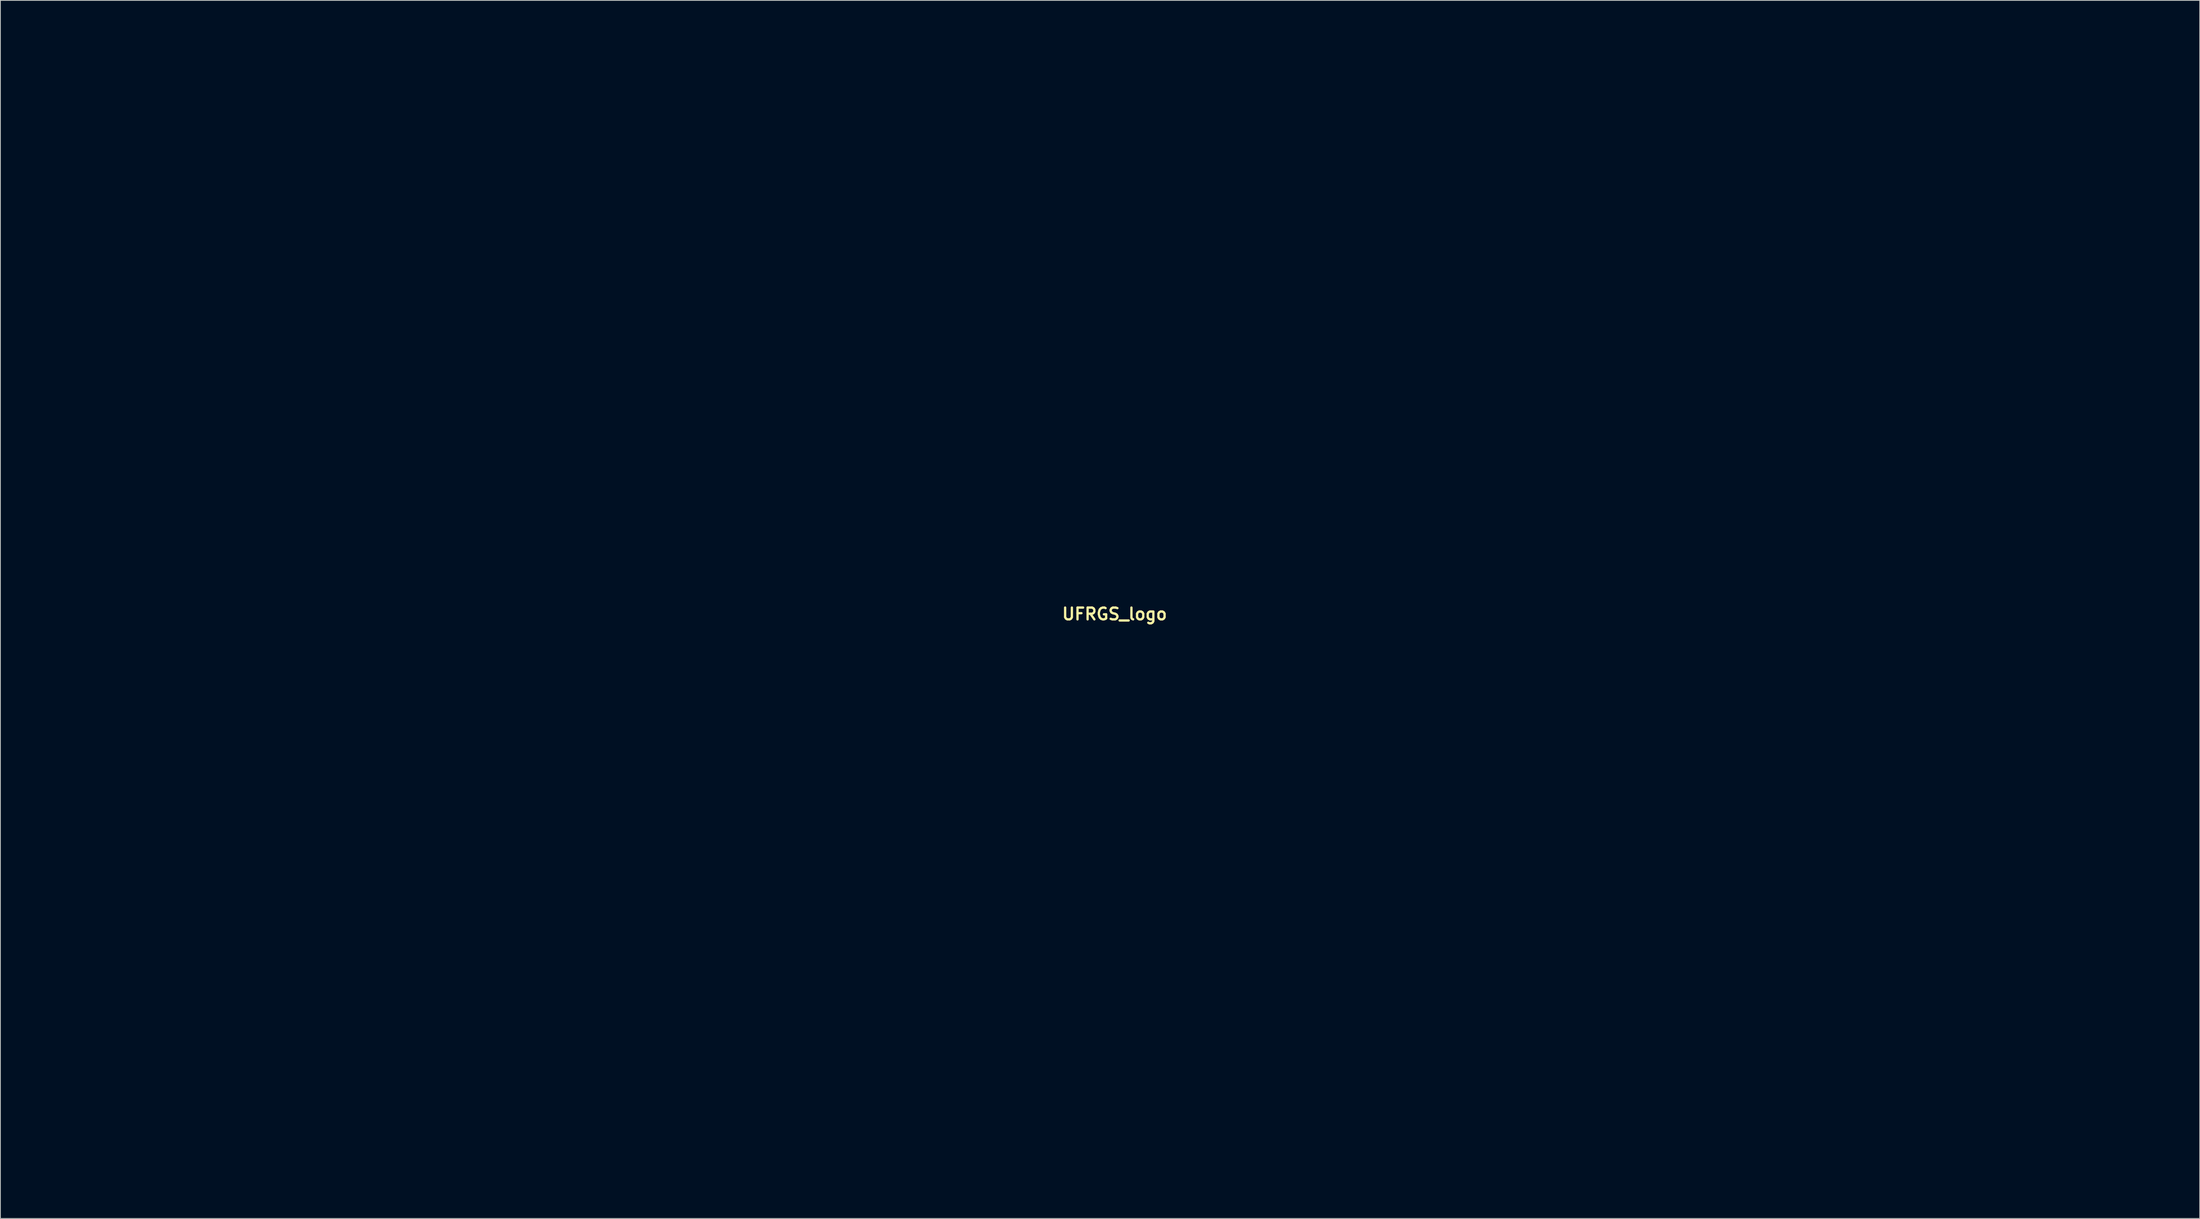
<source format=kicad_pcb>
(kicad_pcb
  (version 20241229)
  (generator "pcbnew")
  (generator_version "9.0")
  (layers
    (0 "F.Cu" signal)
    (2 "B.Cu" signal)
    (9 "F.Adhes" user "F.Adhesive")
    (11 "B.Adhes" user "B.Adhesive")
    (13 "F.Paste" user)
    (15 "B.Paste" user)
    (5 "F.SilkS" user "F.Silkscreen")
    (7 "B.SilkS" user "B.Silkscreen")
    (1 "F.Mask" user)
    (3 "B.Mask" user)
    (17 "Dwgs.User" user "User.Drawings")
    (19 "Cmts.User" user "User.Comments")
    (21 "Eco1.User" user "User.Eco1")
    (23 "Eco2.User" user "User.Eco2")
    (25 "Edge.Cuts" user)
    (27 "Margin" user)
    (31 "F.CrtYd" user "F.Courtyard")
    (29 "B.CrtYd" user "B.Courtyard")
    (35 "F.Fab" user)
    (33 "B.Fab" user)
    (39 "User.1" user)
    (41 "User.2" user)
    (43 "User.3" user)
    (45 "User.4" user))
  (footprint "UFRGS_logo"
    (layer "F.Cu")
    (at 140.908 76.28)
    (property "Reference" "UFRGS_logo" (at 0 0 0) (layer "F.SilkS") (effects (font (size 1.524 1.524) (thickness 0.3))))
    (attr through_hole)
    (fp_poly (pts (xy -40.64 32.084) (xy -58.286 32.084) (xy -58.286 38.76) (xy -50.332 38.831) (xy -42.378 38.902) (xy -42.307 46.054) (xy -42.235 53.206) (xy -58.286 53.206) (xy -58.286 73.526) (xy -78.606 73.526) (xy -78.606 16.844) (xy -40.64 16.844) (xy -40.64 32.084)) (stroke (width 0.01) (type solid)) (fill yes) (layer "F.Mask"))
    (fp_poly (pts (xy -19.41 7.649) (xy -18.439 8.247) (xy -17.758 9.124) (xy -17.428 10.176) (xy -17.51 11.295) (xy -17.899 12.147) (xy -18.798 13.096) (xy -19.879 13.584) (xy -21.041 13.595) (xy -22.18 13.116) (xy -22.575 12.813) (xy -23.41 11.801) (xy -23.72 10.696) (xy -23.502 9.51) (xy -23.397 9.266) (xy -22.645 8.202) (xy -21.616 7.595) (xy -20.609 7.438) (xy -19.41 7.649)) (stroke (width 0.01) (type solid)) (fill yes) (layer "F.Mask"))
    (fp_poly (pts (xy -11.172 7.554) (xy -10.522 7.826) (xy -9.977 8.287) (xy -9.235 9.342) (xy -8.978 10.507) (xy -9.203 11.674) (xy -9.908 12.736) (xy -10.112 12.932) (xy -10.985 13.397) (xy -12.084 13.563) (xy -13.183 13.416) (xy -13.791 13.147) (xy -14.654 12.321) (xy -15.117 11.264) (xy -15.17 10.113) (xy -14.801 9.004) (xy -14.176 8.222) (xy -13.486 7.726) (xy -12.721 7.516) (xy -12.078 7.486) (xy -11.172 7.554)) (stroke (width 0.01) (type solid)) (fill yes) (layer "F.Mask"))
    (fp_poly (pts (xy -2.799 7.54) (xy -2.174 7.773) (xy -1.548 8.292) (xy -1.444 8.395) (xy -0.835 9.119) (xy -0.573 9.808) (xy -0.536 10.334) (xy -0.766 11.623) (xy -1.392 12.645) (xy -2.321 13.335) (xy -3.459 13.631) (xy -4.716 13.468) (xy -4.976 13.374) (xy -5.851 12.751) (xy -6.45 11.775) (xy -6.684 10.594) (xy -6.684 10.534) (xy -6.583 9.622) (xy -6.203 8.863) (xy -5.854 8.431) (xy -5.28 7.85) (xy -4.741 7.572) (xy -3.991 7.489) (xy -3.689 7.486) (xy -2.799 7.54)) (stroke (width 0.01) (type solid)) (fill yes) (layer "F.Mask"))
    (fp_poly (pts (xy -5.265 -4.239) (xy -0.263 -4.234) (xy 4.475 -4.227) (xy 8.836 -4.217) (xy 10.361 -4.213) (xy 32.753 -4.144) (xy 29.945 -3.101) (xy 23.414 -0.808) (xy 17.195 1.101) (xy 11.242 2.636) (xy 5.51 3.809) (xy -0.048 4.632) (xy -1.604 4.803) (xy -2.883 4.905) (xy -4.575 4.999) (xy -6.558 5.081) (xy -8.711 5.149) (xy -10.913 5.199) (xy -13.041 5.23) (xy -14.974 5.237) (xy -16.59 5.219) (xy -17.513 5.186) (xy -23.567 4.678) (xy -29.743 3.767) (xy -36.126 2.44) (xy -37.875 2.014) (xy -40.394 1.345) (xy -43.19 0.54) (xy -46.11 -0.354) (xy -49 -1.287) (xy -51.709 -2.211) (xy -54.082 -3.078) (xy -54.543 -3.256) (xy -56.816 -4.144) (xy -34.424 -4.213) (xy -30.235 -4.223) (xy -25.626 -4.232) (xy -20.711 -4.237) (xy -15.603 -4.24) (xy -10.416 -4.241) (xy -5.265 -4.239)) (stroke (width 0.01) (type solid)) (fill yes) (layer "F.Mask"))
    (fp_poly (pts (xy 12.967 -58.796) (xy 11.631 -58.105) (xy 9.947 -57.105) (xy 8.708 -56.055) (xy 7.827 -54.872) (xy 7.548 -54.327) (xy 7.199 -53.478) (xy 7.016 -52.723) (xy 6.967 -51.845) (xy 7.007 -50.801) (xy 7.132 -49.545) (xy 7.384 -48.425) (xy 7.81 -47.357) (xy 8.46 -46.254) (xy 9.38 -45.03) (xy 10.619 -43.599) (xy 11.713 -42.418) (xy 13.486 -40.452) (xy 14.87 -38.699) (xy 15.912 -37.066) (xy 16.658 -35.458) (xy 17.156 -33.779) (xy 17.452 -31.935) (xy 17.558 -30.614) (xy 17.494 -27.139) (xy 16.919 -23.773) (xy 15.847 -20.56) (xy 14.297 -17.544) (xy 12.284 -14.769) (xy 11.02 -13.396) (xy 9.779 -12.191) (xy 8.708 -11.265) (xy 7.633 -10.486) (xy 6.378 -9.726) (xy 5.259 -9.115) (xy 2.19 -7.728) (xy -1.169 -6.696) (xy -4.873 -6.002) (xy -6.952 -5.77) (xy -8.689 -5.617) (xy -7.219 -6.46) (xy -4.573 -8.189) (xy -2.244 -10.14) (xy -0.291 -12.252) (xy 1.229 -14.464) (xy 2.023 -16.087) (xy 2.353 -16.767) (xy 2.649 -17.15) (xy 2.776 -17.182) (xy 2.903 -17.2) (xy 2.855 -17.302) (xy 2.823 -17.683) (xy 2.9 -18.427) (xy 3.068 -19.375) (xy 3.077 -19.415) (xy 3.456 -22.036) (xy 3.436 -24.541) (xy 3 -27.003) (xy 2.13 -29.496) (xy 0.808 -32.092) (xy -0.475 -34.127) (xy -1.84 -36.225) (xy -2.881 -38.025) (xy -3.635 -39.619) (xy -4.138 -41.104) (xy -4.427 -42.574) (xy -4.54 -44.123) (xy -4.545 -44.574) (xy -4.289 -47.09) (xy -3.554 -49.478) (xy -2.389 -51.694) (xy -0.843 -53.691) (xy 1.034 -55.424) (xy 3.193 -56.848) (xy 5.585 -57.916) (xy 8.161 -58.583) (xy 10.828 -58.804) (xy 12.967 -58.796)) (stroke (width 0.01) (type solid)) (fill yes) (layer "F.Mask"))
    (fp_poly (pts (xy -38.972 -49.489) (xy -39.08 -48.842) (xy -39.263 -47.906) (xy -39.37 -47.391) (xy -39.74 -45.152) (xy -39.971 -42.669) (xy -40.057 -40.121) (xy -39.993 -37.687) (xy -39.776 -35.547) (xy -39.711 -35.157) (xy -39.057 -32.54) (xy -38.112 -30.27) (xy -36.901 -28.383) (xy -35.448 -26.919) (xy -33.778 -25.915) (xy -33.721 -25.89) (xy -32.669 -25.449) (xy -31.564 -24.986) (xy -31.282 -24.868) (xy -30.464 -24.534) (xy -29.35 -24.089) (xy -28.146 -23.617) (xy -27.806 -23.484) (xy -26.013 -22.709) (xy -24.193 -21.779) (xy -22.468 -20.767) (xy -20.956 -19.745) (xy -19.778 -18.786) (xy -19.379 -18.384) (xy -18.04 -16.66) (xy -17.111 -14.868) (xy -16.549 -12.89) (xy -16.31 -10.605) (xy -16.295 -9.82) (xy -16.32 -8.297) (xy -16.405 -7.282) (xy -16.56 -6.752) (xy -16.79 -6.682) (xy -17.103 -7.048) (xy -17.119 -7.074) (xy -17.658 -7.798) (xy -18.483 -8.722) (xy -19.464 -9.715) (xy -20.468 -10.645) (xy -21.363 -11.38) (xy -21.572 -11.53) (xy -22.474 -12.109) (xy -23.341 -12.546) (xy -24.287 -12.875) (xy -25.428 -13.127) (xy -26.877 -13.336) (xy -28.669 -13.525) (xy -31.224 -13.81) (xy -33.348 -14.141) (xy -35.141 -14.542) (xy -36.707 -15.032) (xy -37.676 -15.42) (xy -39.778 -16.52) (xy -41.89 -17.953) (xy -43.878 -19.608) (xy -45.607 -21.374) (xy -46.918 -23.101) (xy -47.416 -23.947) (xy -47.905 -24.887) (xy -48.332 -25.804) (xy -48.646 -26.583) (xy -48.798 -27.11) (xy -48.758 -27.272) (xy -48.77 -27.44) (xy -48.963 -27.714) (xy -49.15 -28.225) (xy -49.275 -29.153) (xy -49.339 -30.384) (xy -49.344 -31.805) (xy -49.291 -33.301) (xy -49.182 -34.759) (xy -49.019 -36.064) (xy -48.823 -37.031) (xy -47.802 -40.019) (xy -46.394 -42.766) (xy -44.647 -45.193) (xy -42.713 -47.133) (xy -41.944 -47.75) (xy -41.071 -48.4) (xy -40.216 -48.999) (xy -39.498 -49.463) (xy -39.037 -49.711) (xy -38.959 -49.731) (xy -38.972 -49.489)) (stroke (width 0.01) (type solid)) (fill yes) (layer "F.Mask"))
    (fp_poly (pts (xy -6.63 -76.19) (xy -3.665 -75.833) (xy -0.862 -75.213) (xy 0.875 -74.645) (xy 2.131 -74.168) (xy 0.598 -73.424) (xy -1.729 -72.224) (xy -3.683 -71.042) (xy -5.411 -69.776) (xy -7.062 -68.324) (xy -7.754 -67.649) (xy -8.937 -66.399) (xy -10.019 -65.139) (xy -10.888 -64.003) (xy -11.301 -63.366) (xy -12.56 -60.865) (xy -13.541 -58.229) (xy -14.215 -55.574) (xy -14.556 -53.015) (xy -14.536 -50.669) (xy -14.467 -50.098) (xy -13.842 -47.25) (xy -12.825 -44.623) (xy -11.373 -42.131) (xy -9.444 -39.689) (xy -8.909 -39.105) (xy -6.603 -36.377) (xy -4.737 -33.54) (xy -3.218 -30.445) (xy -2.699 -29.132) (xy -2.282 -27.844) (xy -1.899 -26.365) (xy -1.589 -24.878) (xy -1.392 -23.566) (xy -1.341 -22.776) (xy -1.516 -21.06) (xy -1.986 -19.097) (xy -2.694 -17.042) (xy -3.581 -15.048) (xy -4.59 -13.269) (xy -5.279 -12.307) (xy -7.345 -10.121) (xy -9.729 -8.29) (xy -12.325 -6.894) (xy -12.813 -6.692) (xy -14.241 -6.129) (xy -14.064 -7.008) (xy -13.723 -10.003) (xy -13.908 -12.936) (xy -14.611 -15.771) (xy -15.825 -18.472) (xy -17.056 -20.378) (xy -18.306 -21.864) (xy -19.917 -23.46) (xy -21.765 -25.056) (xy -23.725 -26.538) (xy -24.248 -26.898) (xy -27.151 -29.114) (xy -29.612 -31.576) (xy -31.657 -34.321) (xy -33.313 -37.39) (xy -34.605 -40.82) (xy -35.334 -43.581) (xy -35.596 -44.861) (xy -35.776 -46.05) (xy -35.887 -47.303) (xy -35.945 -48.776) (xy -35.961 -50.625) (xy -35.961 -50.666) (xy -35.953 -52.342) (xy -35.922 -53.598) (xy -35.854 -54.55) (xy -35.739 -55.314) (xy -35.565 -56.004) (xy -35.339 -56.682) (xy -34.376 -58.909) (xy -33.059 -61.283) (xy -31.485 -63.661) (xy -29.749 -65.903) (xy -27.947 -67.865) (xy -27.479 -68.313) (xy -25.181 -70.335) (xy -23.043 -71.965) (xy -20.952 -73.269) (xy -18.792 -74.314) (xy -16.45 -75.167) (xy -14.987 -75.593) (xy -12.443 -76.079) (xy -9.606 -76.275) (xy -6.63 -76.19)) (stroke (width 0.01) (type solid)) (fill yes) (layer "F.Mask"))
    (fp_poly (pts (xy -120.583 34.167) (xy -120.582 37.736) (xy -120.576 40.811) (xy -120.566 43.431) (xy -120.551 45.638) (xy -120.529 47.473) (xy -120.5 48.974) (xy -120.463 50.183) (xy -120.417 51.14) (xy -120.362 51.885) (xy -120.295 52.459) (xy -120.217 52.903) (xy -120.175 53.083) (xy -119.626 54.695) (xy -118.887 55.849) (xy -117.889 56.607) (xy -116.56 57.033) (xy -115.654 57.149) (xy -113.801 57.124) (xy -112.299 56.705) (xy -111.112 55.872) (xy -110.207 54.603) (xy -109.711 53.411) (xy -109.617 53.089) (xy -109.536 52.704) (xy -109.466 52.215) (xy -109.407 51.581) (xy -109.356 50.761) (xy -109.314 49.715) (xy -109.279 48.402) (xy -109.249 46.78) (xy -109.223 44.808) (xy -109.201 42.447) (xy -109.18 39.654) (xy -109.16 36.39) (xy -109.149 34.424) (xy -109.055 16.844) (xy -88.725 16.844) (xy -88.832 35.359) (xy -88.855 39.028) (xy -88.878 42.204) (xy -88.902 44.93) (xy -88.928 47.248) (xy -88.958 49.199) (xy -88.993 50.827) (xy -89.034 52.173) (xy -89.082 53.279) (xy -89.139 54.188) (xy -89.205 54.941) (xy -89.281 55.582) (xy -89.37 56.151) (xy -89.418 56.415) (xy -90.063 59.209) (xy -90.901 61.608) (xy -91.996 63.739) (xy -93.413 65.727) (xy -95.169 67.651) (xy -97.724 69.888) (xy -100.478 71.684) (xy -103.513 73.082) (xy -106.581 74.046) (xy -109.334 74.607) (xy -112.295 74.959) (xy -115.247 75.084) (xy -117.969 74.966) (xy -118.177 74.945) (xy -121.866 74.344) (xy -125.346 73.366) (xy -128.566 72.039) (xy -131.473 70.387) (xy -134.014 68.436) (xy -136.137 66.213) (xy -136.305 66.002) (xy -137.413 64.501) (xy -138.24 63.157) (xy -138.898 61.765) (xy -139.45 60.266) (xy -139.718 59.44) (xy -139.951 58.643) (xy -140.151 57.829) (xy -140.321 56.958) (xy -140.464 55.987) (xy -140.581 54.872) (xy -140.675 53.571) (xy -140.749 52.042) (xy -140.805 50.242) (xy -140.846 48.127) (xy -140.873 45.657) (xy -140.89 42.786) (xy -140.899 39.474) (xy -140.901 35.678) (xy -140.902 34.958) (xy -140.903 16.844) (xy -120.583 16.844) (xy -120.583 34.167)) (stroke (width 0.01) (type solid)) (fill yes) (layer "F.Mask"))
    (fp_poly (pts (xy 57.422 15.714) (xy 59.781 15.877) (xy 61.894 16.184) (xy 63.902 16.665) (xy 65.946 17.349) (xy 68.168 18.265) (xy 68.95 18.617) (xy 71.039 19.751) (xy 73.213 21.246) (xy 75.32 22.981) (xy 77.207 24.839) (xy 77.989 25.737) (xy 79.217 27.276) (xy 80.163 28.555) (xy 80.803 29.539) (xy 81.118 30.197) (xy 81.109 30.477) (xy 80.796 30.632) (xy 80.062 30.937) (xy 78.988 31.358) (xy 77.658 31.863) (xy 76.152 32.422) (xy 76.066 32.453) (xy 74.197 33.139) (xy 72.157 33.889) (xy 70.135 34.635) (xy 68.315 35.309) (xy 67.386 35.654) (xy 63.517 37.095) (xy 61.905 35.432) (xy 60.407 34.105) (xy 58.874 33.233) (xy 57.165 32.758) (xy 55.212 32.619) (xy 52.935 32.852) (xy 50.925 33.539) (xy 49.196 34.665) (xy 47.761 36.212) (xy 46.634 38.166) (xy 45.828 40.51) (xy 45.357 43.227) (xy 45.261 44.517) (xy 45.309 47.393) (xy 45.733 49.99) (xy 46.516 52.275) (xy 47.643 54.217) (xy 49.098 55.785) (xy 50.866 56.948) (xy 51.563 57.256) (xy 52.559 57.581) (xy 53.627 57.771) (xy 54.956 57.856) (xy 55.613 57.867) (xy 56.874 57.858) (xy 57.78 57.79) (xy 58.509 57.63) (xy 59.239 57.344) (xy 59.703 57.124) (xy 60.87 56.385) (xy 61.799 55.477) (xy 62.394 54.514) (xy 62.564 53.746) (xy 62.541 53.547) (xy 62.42 53.404) (xy 62.127 53.308) (xy 61.584 53.249) (xy 60.716 53.219) (xy 59.449 53.208) (xy 58.153 53.206) (xy 53.741 53.206) (xy 53.741 39.834) (xy 69.449 39.903) (xy 85.157 39.972) (xy 85.241 43.046) (xy 85.149 47.062) (xy 84.663 50.945) (xy 83.8 54.608) (xy 82.576 57.963) (xy 82.271 58.628) (xy 80.408 61.933) (xy 78.144 64.914) (xy 75.515 67.552) (xy 72.561 69.827) (xy 69.319 71.72) (xy 65.827 73.211) (xy 62.123 74.281) (xy 58.244 74.911) (xy 54.23 75.08) (xy 50.666 74.84) (xy 46.77 74.126) (xy 43.081 72.95) (xy 39.633 71.343) (xy 36.458 69.336) (xy 33.589 66.959) (xy 31.059 64.242) (xy 28.9 61.218) (xy 27.146 57.915) (xy 25.828 54.366) (xy 25.008 50.778) (xy 24.622 46.983) (xy 24.67 43.172) (xy 25.139 39.423) (xy 26.01 35.813) (xy 27.269 32.42) (xy 28.899 29.321) (xy 29.728 28.074) (xy 32.167 25.038) (xy 34.856 22.443) (xy 37.831 20.264) (xy 41.133 18.475) (xy 44.8 17.049) (xy 47.18 16.36) (xy 48.227 16.105) (xy 49.155 15.92) (xy 50.088 15.796) (xy 51.151 15.721) (xy 52.467 15.682) (xy 54.161 15.669) (xy 54.677 15.668) (xy 57.422 15.714)) (stroke (width 0.01) (type solid)) (fill yes) (layer "F.Mask"))
    (fp_poly (pts (xy -17.713 16.845) (xy -14.328 16.848) (xy -11.432 16.858) (xy -8.979 16.874) (xy -6.925 16.899) (xy -5.222 16.933) (xy -3.826 16.978) (xy -2.69 17.034) (xy -1.77 17.103) (xy -1.019 17.186) (xy -0.615 17.245) (xy 2.879 18.007) (xy 5.954 19.096) (xy 8.618 20.518) (xy 10.881 22.279) (xy 12.751 24.387) (xy 14.237 26.848) (xy 15.139 29.025) (xy 15.45 29.999) (xy 15.669 30.902) (xy 15.815 31.879) (xy 15.911 33.077) (xy 15.976 34.642) (xy 15.985 34.902) (xy 16.022 36.511) (xy 16.012 37.732) (xy 15.945 38.714) (xy 15.807 39.601) (xy 15.588 40.542) (xy 15.508 40.847) (xy 14.843 42.78) (xy 13.944 44.631) (xy 12.907 46.219) (xy 12.348 46.877) (xy 11.119 47.956) (xy 9.645 48.926) (xy 8.119 49.672) (xy 6.923 50.047) (xy 6.002 50.275) (xy 5.543 50.498) (xy 5.476 50.751) (xy 5.477 50.752) (xy 5.678 51.125) (xy 6.105 51.83) (xy 6.688 52.752) (xy 7.132 53.438) (xy 7.725 54.344) (xy 8.415 55.397) (xy 9.229 56.64) (xy 10.194 58.112) (xy 11.337 59.855) (xy 12.684 61.91) (xy 14.262 64.318) (xy 16.1 67.119) (xy 16.707 68.045) (xy 17.652 69.484) (xy 18.51 70.783) (xy 19.231 71.871) (xy 19.771 72.678) (xy 20.081 73.133) (xy 20.127 73.195) (xy 20.099 73.279) (xy 19.845 73.346) (xy 19.326 73.399) (xy 18.502 73.439) (xy 17.335 73.465) (xy 15.784 73.479) (xy 13.809 73.482) (xy 11.373 73.475) (xy 8.956 73.462) (xy -2.479 73.393) (xy -3.909 70.719) (xy -4.431 69.738) (xy -5.151 68.382) (xy -6.015 66.75) (xy -6.971 64.941) (xy -7.966 63.054) (xy -8.752 61.564) (xy -9.653 59.866) (xy -10.48 58.334) (xy -11.198 57.028) (xy -11.773 56.011) (xy -12.172 55.342) (xy -12.361 55.082) (xy -12.366 55.08) (xy -12.413 55.337) (xy -12.456 56.067) (xy -12.494 57.211) (xy -12.525 58.706) (xy -12.548 60.492) (xy -12.562 62.509) (xy -12.566 64.302) (xy -12.566 73.526) (xy -32.352 73.526) (xy -32.352 42.512) (xy -12.566 42.512) (xy -9.941 42.512) (xy -8.656 42.495) (xy -7.738 42.425) (xy -7.019 42.271) (xy -6.33 42.003) (xy -5.863 41.776) (xy -4.569 40.88) (xy -3.714 39.708) (xy -3.278 38.224) (xy -3.208 37.173) (xy -3.327 35.505) (xy -3.705 34.214) (xy -4.377 33.188) (xy -4.473 33.083) (xy -5.198 32.407) (xy -5.949 31.937) (xy -6.853 31.63) (xy -8.033 31.444) (xy -9.617 31.339) (xy -9.692 31.335) (xy -12.566 31.213) (xy -12.566 42.512) (xy -32.352 42.512) (xy -32.352 16.844) (xy -17.713 16.845)) (stroke (width 0.01) (type solid)) (fill yes) (layer "F.Mask"))
    (fp_poly (pts (xy 122.35 15.911) (xy 125.972 16.599) (xy 127.401 16.981) (xy 128.553 17.346) (xy 129.909 17.824) (xy 131.356 18.37) (xy 132.781 18.937) (xy 134.072 19.481) (xy 135.116 19.957) (xy 135.798 20.318) (xy 135.912 20.395) (xy 136.022 20.531) (xy 136.057 20.764) (xy 135.997 21.147) (xy 135.824 21.736) (xy 135.52 22.584) (xy 135.065 23.746) (xy 134.442 25.278) (xy 133.633 27.232) (xy 133.394 27.806) (xy 132.628 29.633) (xy 131.922 31.299) (xy 131.304 32.741) (xy 130.8 33.895) (xy 130.44 34.695) (xy 130.251 35.079) (xy 130.236 35.1) (xy 129.912 35.097) (xy 129.399 34.808) (xy 129.355 34.775) (xy 128.438 34.17) (xy 127.168 33.485) (xy 125.706 32.792) (xy 124.211 32.165) (xy 122.843 31.675) (xy 122.001 31.442) (xy 119.821 31.08) (xy 117.95 31.021) (xy 116.419 31.253) (xy 115.258 31.768) (xy 114.5 32.556) (xy 114.176 33.607) (xy 114.166 33.855) (xy 114.239 34.552) (xy 114.492 35.147) (xy 114.975 35.666) (xy 115.741 36.137) (xy 116.841 36.586) (xy 118.327 37.038) (xy 120.249 37.521) (xy 122.124 37.944) (xy 124.248 38.431) (xy 125.949 38.881) (xy 127.336 39.331) (xy 128.514 39.819) (xy 129.591 40.383) (xy 130.381 40.869) (xy 132.571 42.593) (xy 134.391 44.672) (xy 135.794 47.039) (xy 136.735 49.63) (xy 136.736 49.635) (xy 137.032 51.347) (xy 137.15 53.369) (xy 137.094 55.506) (xy 136.864 57.565) (xy 136.638 58.709) (xy 136.329 59.941) (xy 136.036 60.916) (xy 135.692 61.785) (xy 135.233 62.699) (xy 134.593 63.809) (xy 134.029 64.742) (xy 132.177 67.267) (xy 129.914 69.473) (xy 127.271 71.342) (xy 124.279 72.856) (xy 120.969 73.997) (xy 117.371 74.747) (xy 116.58 74.854) (xy 114.822 75.009) (xy 112.905 75.08) (xy 111.057 75.065) (xy 109.505 74.959) (xy 109.487 74.957) (xy 105.812 74.425) (xy 102.445 73.694) (xy 99.209 72.713) (xy 95.929 71.431) (xy 93.184 70.167) (xy 92.138 69.63) (xy 91.3 69.149) (xy 90.772 68.783) (xy 90.639 68.62) (xy 90.735 68.237) (xy 90.989 67.509) (xy 91.349 66.583) (xy 91.407 66.441) (xy 91.745 65.617) (xy 92.242 64.407) (xy 92.854 62.919) (xy 93.536 61.262) (xy 94.242 59.545) (xy 94.375 59.222) (xy 95.033 57.622) (xy 95.63 56.169) (xy 96.131 54.945) (xy 96.505 54.029) (xy 96.719 53.499) (xy 96.75 53.419) (xy 96.889 53.24) (xy 97.164 53.247) (xy 97.662 53.474) (xy 98.47 53.953) (xy 99.031 54.308) (xy 101.854 55.956) (xy 104.567 57.239) (xy 107.128 58.144) (xy 109.492 58.657) (xy 111.614 58.765) (xy 113.039 58.568) (xy 114.336 58.089) (xy 115.172 57.368) (xy 115.582 56.367) (xy 115.637 55.702) (xy 115.61 55.067) (xy 115.491 54.544) (xy 115.227 54.102) (xy 114.761 53.713) (xy 114.039 53.348) (xy 113.006 52.979) (xy 111.608 52.576) (xy 109.788 52.112) (xy 107.883 51.651) (xy 104.609 50.707) (xy 101.808 49.548) (xy 99.458 48.16) (xy 97.536 46.527) (xy 96.019 44.635) (xy 95.236 43.252) (xy 94.386 41.287) (xy 93.863 39.477) (xy 93.617 37.604) (xy 93.579 36.333) (xy 93.828 32.983) (xy 94.564 29.839) (xy 95.769 26.927) (xy 97.428 24.274) (xy 99.522 21.905) (xy 102.036 19.847) (xy 104.951 18.127) (xy 105.45 17.887) (xy 108.373 16.782) (xy 111.613 16.028) (xy 115.081 15.629) (xy 118.69 15.589) (xy 122.35 15.911)) (stroke (width 0.01) (type solid)) (fill yes) (layer "F.Mask")))
  (gr_rect
    (start -3 -3)
    (end 281.064 154.37)
    (stroke (width 0.1) (type default))
    (fill no)
    (layer "Edge.Cuts")))
</source>
